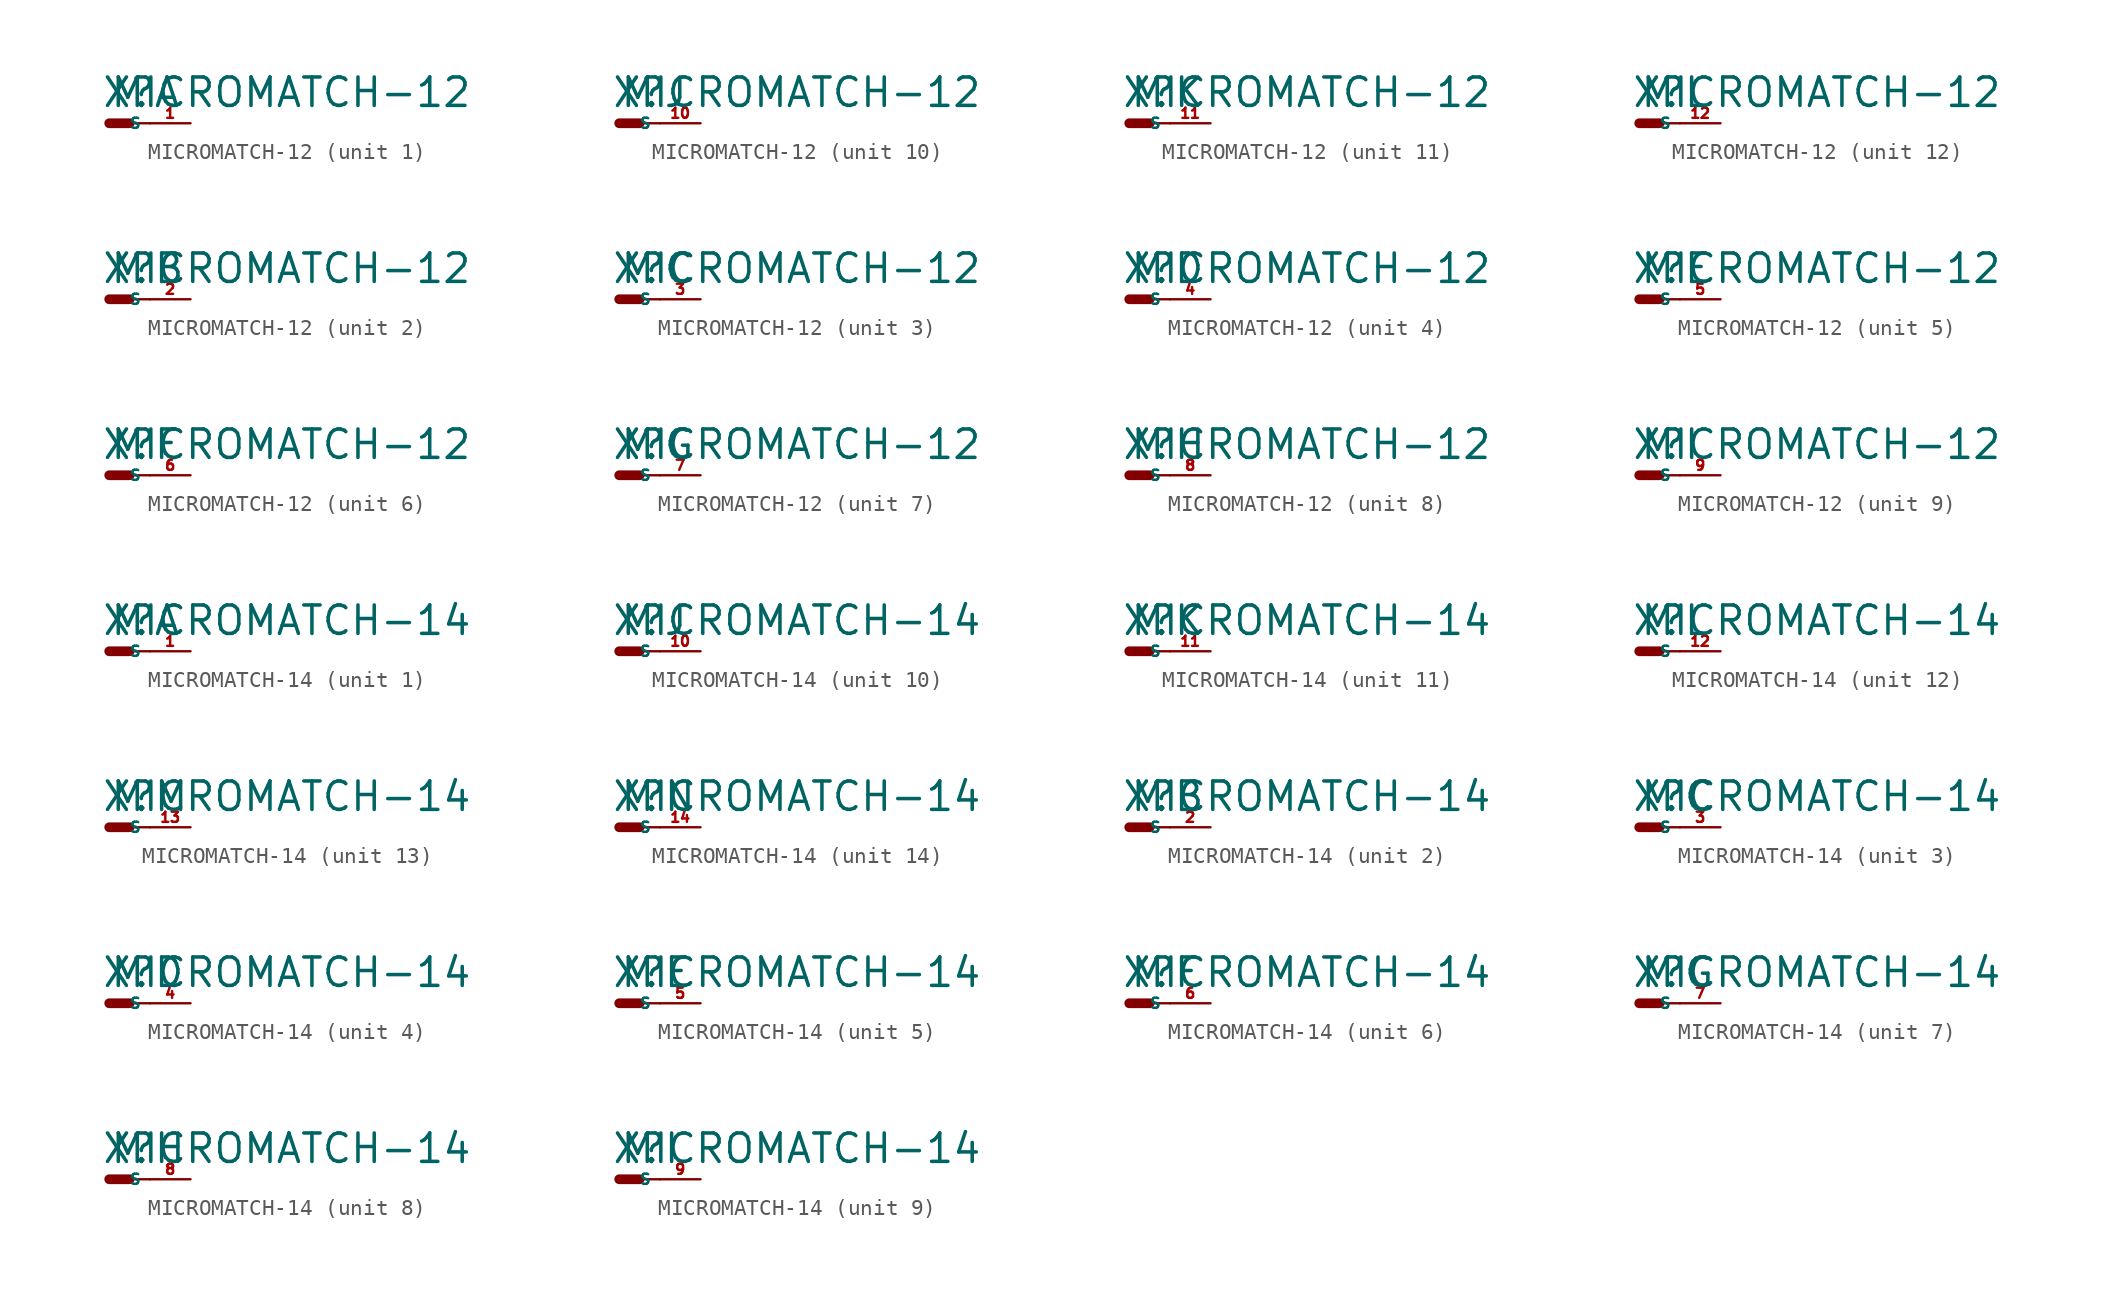
<source format=kicad_sym>
(kicad_symbol_lib
  (version 20220914)
  (generator Eagle2Kicad)
  (symbol "MICROMATCH-12"
    (property "Reference" "X"
      (at -0.508 0.889 0)
      (effects (font (size 1.778 1.778) (thickness 0.22)) (justify left bottom)))
    (property "Value" "MICROMATCH-12"
      (at 0 0.889 0)
      (effects (font (size 1.778 1.778) (thickness 0.22)) (justify left bottom)))
    (symbol "MICROMATCH-12_1_0"
      (polyline (pts (xy 1.27 0) (xy 2.54 0)) (stroke (width 0.152) (type default)) (fill (type none)))
      (polyline (pts (xy 0 0) (xy 1.27 0)) (stroke (width 0.61) (type default)) (fill (type none)))
      (pin passive line (at 5.08 0 180) (length 2.54) (name "S" (effects (font (size 0.635 0.635) (thickness 0.08)) (justify left bottom))) (number "1" (effects (font (size 0.635 0.635) (thickness 0.08)) (justify left bottom)))))
    (symbol "MICROMATCH-12_2_0"
      (polyline (pts (xy 1.27 0) (xy 2.54 0)) (stroke (width 0.152) (type default)) (fill (type none)))
      (polyline (pts (xy 0 0) (xy 1.27 0)) (stroke (width 0.61) (type default)) (fill (type none)))
      (pin passive line (at 5.08 0 180) (length 2.54) (name "S" (effects (font (size 0.635 0.635) (thickness 0.08)) (justify left bottom))) (number "2" (effects (font (size 0.635 0.635) (thickness 0.08)) (justify left bottom)))))
    (symbol "MICROMATCH-12_3_0"
      (polyline (pts (xy 1.27 0) (xy 2.54 0)) (stroke (width 0.152) (type default)) (fill (type none)))
      (polyline (pts (xy 0 0) (xy 1.27 0)) (stroke (width 0.61) (type default)) (fill (type none)))
      (pin passive line (at 5.08 0 180) (length 2.54) (name "S" (effects (font (size 0.635 0.635) (thickness 0.08)) (justify left bottom))) (number "3" (effects (font (size 0.635 0.635) (thickness 0.08)) (justify left bottom)))))
    (symbol "MICROMATCH-12_4_0"
      (polyline (pts (xy 1.27 0) (xy 2.54 0)) (stroke (width 0.152) (type default)) (fill (type none)))
      (polyline (pts (xy 0 0) (xy 1.27 0)) (stroke (width 0.61) (type default)) (fill (type none)))
      (pin passive line (at 5.08 0 180) (length 2.54) (name "S" (effects (font (size 0.635 0.635) (thickness 0.08)) (justify left bottom))) (number "4" (effects (font (size 0.635 0.635) (thickness 0.08)) (justify left bottom)))))
    (symbol "MICROMATCH-12_5_0"
      (polyline (pts (xy 1.27 0) (xy 2.54 0)) (stroke (width 0.152) (type default)) (fill (type none)))
      (polyline (pts (xy 0 0) (xy 1.27 0)) (stroke (width 0.61) (type default)) (fill (type none)))
      (pin passive line (at 5.08 0 180) (length 2.54) (name "S" (effects (font (size 0.635 0.635) (thickness 0.08)) (justify left bottom))) (number "5" (effects (font (size 0.635 0.635) (thickness 0.08)) (justify left bottom)))))
    (symbol "MICROMATCH-12_6_0"
      (polyline (pts (xy 1.27 0) (xy 2.54 0)) (stroke (width 0.152) (type default)) (fill (type none)))
      (polyline (pts (xy 0 0) (xy 1.27 0)) (stroke (width 0.61) (type default)) (fill (type none)))
      (pin passive line (at 5.08 0 180) (length 2.54) (name "S" (effects (font (size 0.635 0.635) (thickness 0.08)) (justify left bottom))) (number "6" (effects (font (size 0.635 0.635) (thickness 0.08)) (justify left bottom)))))
    (symbol "MICROMATCH-12_7_0"
      (polyline (pts (xy 1.27 0) (xy 2.54 0)) (stroke (width 0.152) (type default)) (fill (type none)))
      (polyline (pts (xy 0 0) (xy 1.27 0)) (stroke (width 0.61) (type default)) (fill (type none)))
      (pin passive line (at 5.08 0 180) (length 2.54) (name "S" (effects (font (size 0.635 0.635) (thickness 0.08)) (justify left bottom))) (number "7" (effects (font (size 0.635 0.635) (thickness 0.08)) (justify left bottom)))))
    (symbol "MICROMATCH-12_8_0"
      (polyline (pts (xy 1.27 0) (xy 2.54 0)) (stroke (width 0.152) (type default)) (fill (type none)))
      (polyline (pts (xy 0 0) (xy 1.27 0)) (stroke (width 0.61) (type default)) (fill (type none)))
      (pin passive line (at 5.08 0 180) (length 2.54) (name "S" (effects (font (size 0.635 0.635) (thickness 0.08)) (justify left bottom))) (number "8" (effects (font (size 0.635 0.635) (thickness 0.08)) (justify left bottom)))))
    (symbol "MICROMATCH-12_9_0"
      (polyline (pts (xy 1.27 0) (xy 2.54 0)) (stroke (width 0.152) (type default)) (fill (type none)))
      (polyline (pts (xy 0 0) (xy 1.27 0)) (stroke (width 0.61) (type default)) (fill (type none)))
      (pin passive line (at 5.08 0 180) (length 2.54) (name "S" (effects (font (size 0.635 0.635) (thickness 0.08)) (justify left bottom))) (number "9" (effects (font (size 0.635 0.635) (thickness 0.08)) (justify left bottom)))))
    (symbol "MICROMATCH-12_10_0"
      (polyline (pts (xy 1.27 0) (xy 2.54 0)) (stroke (width 0.152) (type default)) (fill (type none)))
      (polyline (pts (xy 0 0) (xy 1.27 0)) (stroke (width 0.61) (type default)) (fill (type none)))
      (pin passive line (at 5.08 0 180) (length 2.54) (name "S" (effects (font (size 0.635 0.635) (thickness 0.08)) (justify left bottom))) (number "10" (effects (font (size 0.635 0.635) (thickness 0.08)) (justify left bottom)))))
    (symbol "MICROMATCH-12_11_0"
      (polyline (pts (xy 1.27 0) (xy 2.54 0)) (stroke (width 0.152) (type default)) (fill (type none)))
      (polyline (pts (xy 0 0) (xy 1.27 0)) (stroke (width 0.61) (type default)) (fill (type none)))
      (pin passive line (at 5.08 0 180) (length 2.54) (name "S" (effects (font (size 0.635 0.635) (thickness 0.08)) (justify left bottom))) (number "11" (effects (font (size 0.635 0.635) (thickness 0.08)) (justify left bottom)))))
    (symbol "MICROMATCH-12_12_0"
      (polyline (pts (xy 1.27 0) (xy 2.54 0)) (stroke (width 0.152) (type default)) (fill (type none)))
      (polyline (pts (xy 0 0) (xy 1.27 0)) (stroke (width 0.61) (type default)) (fill (type none)))
      (pin passive line (at 5.08 0 180) (length 2.54) (name "S" (effects (font (size 0.635 0.635) (thickness 0.08)) (justify left bottom))) (number "12" (effects (font (size 0.635 0.635) (thickness 0.08)) (justify left bottom))))))
  (symbol "MICROMATCH-14"
    (property "Reference" "X"
      (at -0.508 0.889 0)
      (effects (font (size 1.778 1.778) (thickness 0.22)) (justify left bottom)))
    (property "Value" "MICROMATCH-14"
      (at 0 0.889 0)
      (effects (font (size 1.778 1.778) (thickness 0.22)) (justify left bottom)))
    (symbol "MICROMATCH-14_1_0"
      (polyline (pts (xy 1.27 0) (xy 2.54 0)) (stroke (width 0.152) (type default)) (fill (type none)))
      (polyline (pts (xy 0 0) (xy 1.27 0)) (stroke (width 0.61) (type default)) (fill (type none)))
      (pin passive line (at 5.08 0 180) (length 2.54) (name "S" (effects (font (size 0.635 0.635) (thickness 0.08)) (justify left bottom))) (number "1" (effects (font (size 0.635 0.635) (thickness 0.08)) (justify left bottom)))))
    (symbol "MICROMATCH-14_2_0"
      (polyline (pts (xy 1.27 0) (xy 2.54 0)) (stroke (width 0.152) (type default)) (fill (type none)))
      (polyline (pts (xy 0 0) (xy 1.27 0)) (stroke (width 0.61) (type default)) (fill (type none)))
      (pin passive line (at 5.08 0 180) (length 2.54) (name "S" (effects (font (size 0.635 0.635) (thickness 0.08)) (justify left bottom))) (number "2" (effects (font (size 0.635 0.635) (thickness 0.08)) (justify left bottom)))))
    (symbol "MICROMATCH-14_3_0"
      (polyline (pts (xy 1.27 0) (xy 2.54 0)) (stroke (width 0.152) (type default)) (fill (type none)))
      (polyline (pts (xy 0 0) (xy 1.27 0)) (stroke (width 0.61) (type default)) (fill (type none)))
      (pin passive line (at 5.08 0 180) (length 2.54) (name "S" (effects (font (size 0.635 0.635) (thickness 0.08)) (justify left bottom))) (number "3" (effects (font (size 0.635 0.635) (thickness 0.08)) (justify left bottom)))))
    (symbol "MICROMATCH-14_4_0"
      (polyline (pts (xy 1.27 0) (xy 2.54 0)) (stroke (width 0.152) (type default)) (fill (type none)))
      (polyline (pts (xy 0 0) (xy 1.27 0)) (stroke (width 0.61) (type default)) (fill (type none)))
      (pin passive line (at 5.08 0 180) (length 2.54) (name "S" (effects (font (size 0.635 0.635) (thickness 0.08)) (justify left bottom))) (number "4" (effects (font (size 0.635 0.635) (thickness 0.08)) (justify left bottom)))))
    (symbol "MICROMATCH-14_5_0"
      (polyline (pts (xy 1.27 0) (xy 2.54 0)) (stroke (width 0.152) (type default)) (fill (type none)))
      (polyline (pts (xy 0 0) (xy 1.27 0)) (stroke (width 0.61) (type default)) (fill (type none)))
      (pin passive line (at 5.08 0 180) (length 2.54) (name "S" (effects (font (size 0.635 0.635) (thickness 0.08)) (justify left bottom))) (number "5" (effects (font (size 0.635 0.635) (thickness 0.08)) (justify left bottom)))))
    (symbol "MICROMATCH-14_6_0"
      (polyline (pts (xy 1.27 0) (xy 2.54 0)) (stroke (width 0.152) (type default)) (fill (type none)))
      (polyline (pts (xy 0 0) (xy 1.27 0)) (stroke (width 0.61) (type default)) (fill (type none)))
      (pin passive line (at 5.08 0 180) (length 2.54) (name "S" (effects (font (size 0.635 0.635) (thickness 0.08)) (justify left bottom))) (number "6" (effects (font (size 0.635 0.635) (thickness 0.08)) (justify left bottom)))))
    (symbol "MICROMATCH-14_7_0"
      (polyline (pts (xy 1.27 0) (xy 2.54 0)) (stroke (width 0.152) (type default)) (fill (type none)))
      (polyline (pts (xy 0 0) (xy 1.27 0)) (stroke (width 0.61) (type default)) (fill (type none)))
      (pin passive line (at 5.08 0 180) (length 2.54) (name "S" (effects (font (size 0.635 0.635) (thickness 0.08)) (justify left bottom))) (number "7" (effects (font (size 0.635 0.635) (thickness 0.08)) (justify left bottom)))))
    (symbol "MICROMATCH-14_8_0"
      (polyline (pts (xy 1.27 0) (xy 2.54 0)) (stroke (width 0.152) (type default)) (fill (type none)))
      (polyline (pts (xy 0 0) (xy 1.27 0)) (stroke (width 0.61) (type default)) (fill (type none)))
      (pin passive line (at 5.08 0 180) (length 2.54) (name "S" (effects (font (size 0.635 0.635) (thickness 0.08)) (justify left bottom))) (number "8" (effects (font (size 0.635 0.635) (thickness 0.08)) (justify left bottom)))))
    (symbol "MICROMATCH-14_9_0"
      (polyline (pts (xy 1.27 0) (xy 2.54 0)) (stroke (width 0.152) (type default)) (fill (type none)))
      (polyline (pts (xy 0 0) (xy 1.27 0)) (stroke (width 0.61) (type default)) (fill (type none)))
      (pin passive line (at 5.08 0 180) (length 2.54) (name "S" (effects (font (size 0.635 0.635) (thickness 0.08)) (justify left bottom))) (number "9" (effects (font (size 0.635 0.635) (thickness 0.08)) (justify left bottom)))))
    (symbol "MICROMATCH-14_10_0"
      (polyline (pts (xy 1.27 0) (xy 2.54 0)) (stroke (width 0.152) (type default)) (fill (type none)))
      (polyline (pts (xy 0 0) (xy 1.27 0)) (stroke (width 0.61) (type default)) (fill (type none)))
      (pin passive line (at 5.08 0 180) (length 2.54) (name "S" (effects (font (size 0.635 0.635) (thickness 0.08)) (justify left bottom))) (number "10" (effects (font (size 0.635 0.635) (thickness 0.08)) (justify left bottom)))))
    (symbol "MICROMATCH-14_11_0"
      (polyline (pts (xy 1.27 0) (xy 2.54 0)) (stroke (width 0.152) (type default)) (fill (type none)))
      (polyline (pts (xy 0 0) (xy 1.27 0)) (stroke (width 0.61) (type default)) (fill (type none)))
      (pin passive line (at 5.08 0 180) (length 2.54) (name "S" (effects (font (size 0.635 0.635) (thickness 0.08)) (justify left bottom))) (number "11" (effects (font (size 0.635 0.635) (thickness 0.08)) (justify left bottom)))))
    (symbol "MICROMATCH-14_12_0"
      (polyline (pts (xy 1.27 0) (xy 2.54 0)) (stroke (width 0.152) (type default)) (fill (type none)))
      (polyline (pts (xy 0 0) (xy 1.27 0)) (stroke (width 0.61) (type default)) (fill (type none)))
      (pin passive line (at 5.08 0 180) (length 2.54) (name "S" (effects (font (size 0.635 0.635) (thickness 0.08)) (justify left bottom))) (number "12" (effects (font (size 0.635 0.635) (thickness 0.08)) (justify left bottom)))))
    (symbol "MICROMATCH-14_13_0"
      (polyline (pts (xy 1.27 0) (xy 2.54 0)) (stroke (width 0.152) (type default)) (fill (type none)))
      (polyline (pts (xy 0 0) (xy 1.27 0)) (stroke (width 0.61) (type default)) (fill (type none)))
      (pin passive line (at 5.08 0 180) (length 2.54) (name "S" (effects (font (size 0.635 0.635) (thickness 0.08)) (justify left bottom))) (number "13" (effects (font (size 0.635 0.635) (thickness 0.08)) (justify left bottom)))))
    (symbol "MICROMATCH-14_14_0"
      (polyline (pts (xy 1.27 0) (xy 2.54 0)) (stroke (width 0.152) (type default)) (fill (type none)))
      (polyline (pts (xy 0 0) (xy 1.27 0)) (stroke (width 0.61) (type default)) (fill (type none)))
      (pin passive line (at 5.08 0 180) (length 2.54) (name "S" (effects (font (size 0.635 0.635) (thickness 0.08)) (justify left bottom))) (number "14" (effects (font (size 0.635 0.635) (thickness 0.08)) (justify left bottom)))))))
</source>
